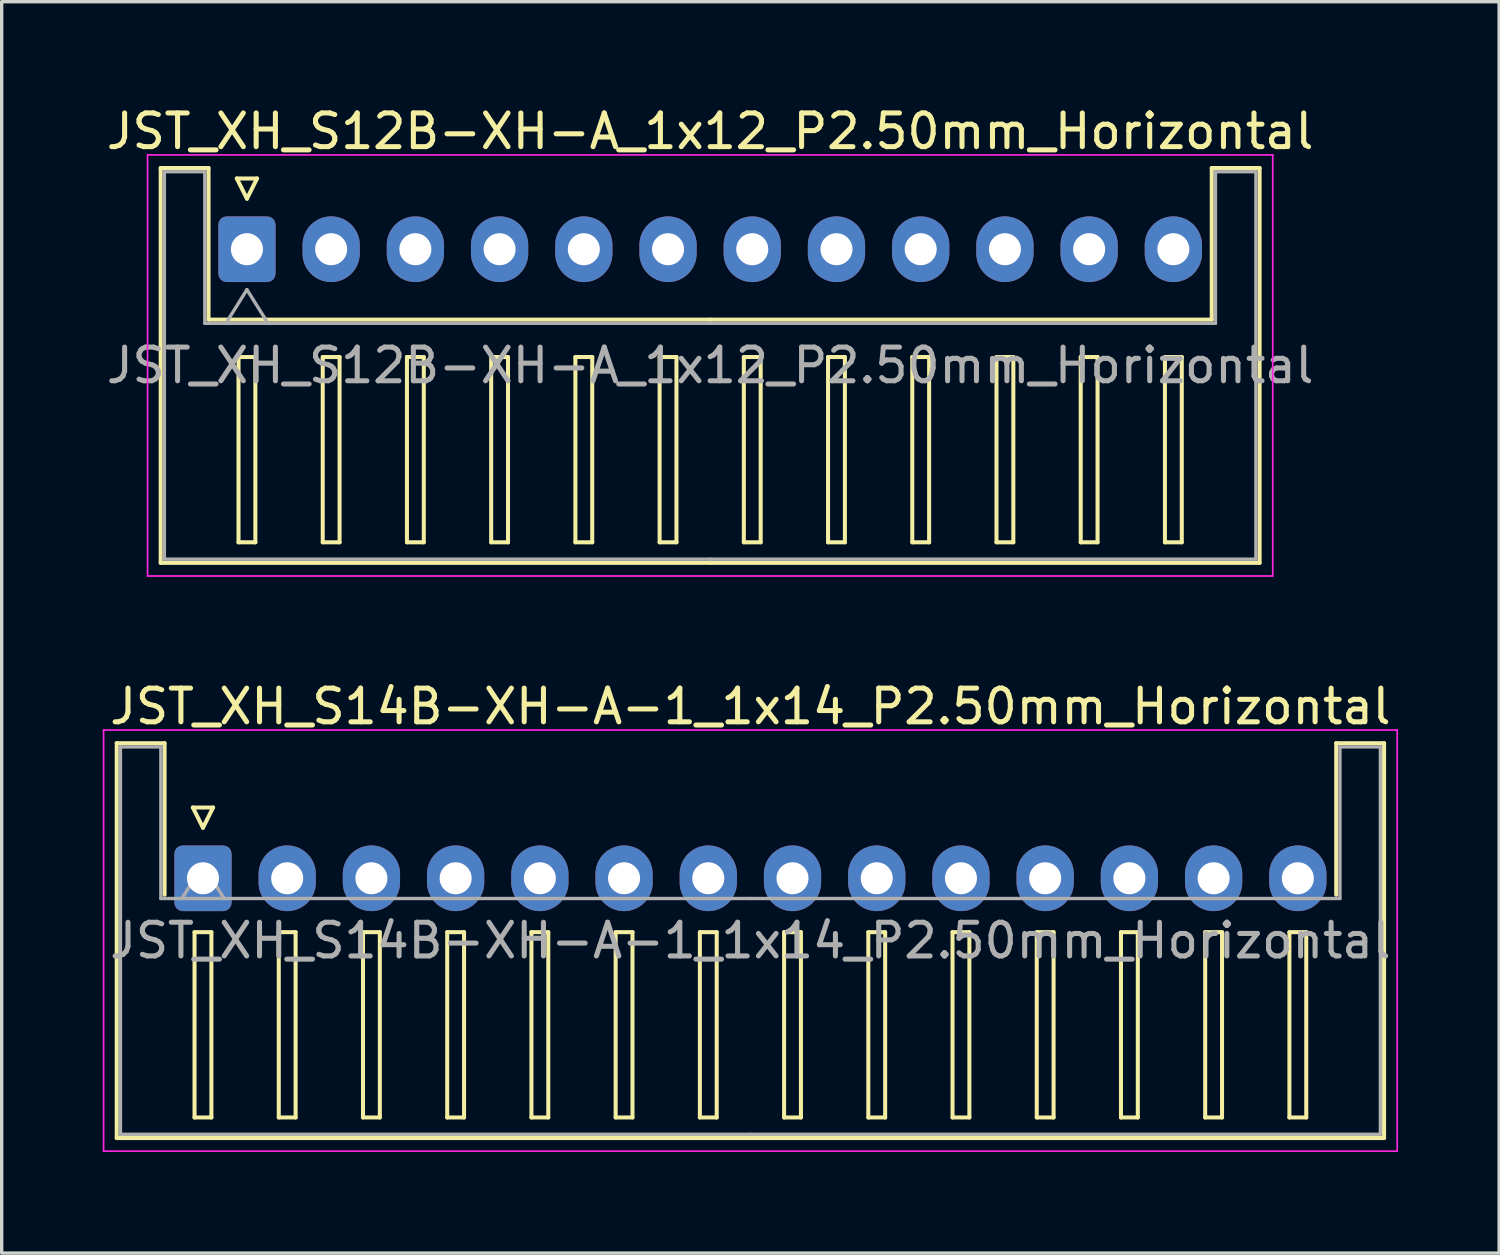
<source format=kicad_pcb>
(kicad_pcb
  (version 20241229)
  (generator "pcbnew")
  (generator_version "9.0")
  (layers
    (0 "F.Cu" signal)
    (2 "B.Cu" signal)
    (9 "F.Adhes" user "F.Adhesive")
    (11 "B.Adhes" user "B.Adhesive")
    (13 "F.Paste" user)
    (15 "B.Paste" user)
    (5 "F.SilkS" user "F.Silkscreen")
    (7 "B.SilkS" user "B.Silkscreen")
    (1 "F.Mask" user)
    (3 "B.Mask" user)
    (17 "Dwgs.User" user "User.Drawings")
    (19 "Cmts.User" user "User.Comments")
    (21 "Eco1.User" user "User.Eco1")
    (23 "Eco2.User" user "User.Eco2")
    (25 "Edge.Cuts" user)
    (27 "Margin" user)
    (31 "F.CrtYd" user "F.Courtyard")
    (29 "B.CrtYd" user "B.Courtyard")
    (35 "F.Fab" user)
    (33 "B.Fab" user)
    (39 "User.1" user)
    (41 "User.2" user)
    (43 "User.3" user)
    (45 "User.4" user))
  (footprint "JST_XH_S14B-XH-A-1_1x14_P2.50mm_Horizontal"
    (layer "F.Cu")
    (at 2.975 23.021)
    (property "Reference" "JST_XH_S14B-XH-A-1_1x14_P2.50mm_Horizontal" (at 16.25 -5.1 0) (layer "F.SilkS") (effects (font (size 1 1) (thickness 0.15))))
    (attr through_hole)
    (fp_line (start -2.56 -4.01) (end -1.14 -4.01) (stroke (width 0.12) (type solid)) (layer "F.SilkS"))
    (fp_line (start -2.56 7.71) (end -2.56 -4.01) (stroke (width 0.12) (type solid)) (layer "F.SilkS"))
    (fp_line (start -1.14 -4.01) (end -1.14 0.49) (stroke (width 0.12) (type solid)) (layer "F.SilkS"))
    (fp_line (start -0.3 -2.1) (end 0.3 -2.1) (stroke (width 0.12) (type solid)) (layer "F.SilkS"))
    (fp_line (start -0.25 1.6) (end -0.25 7.1) (stroke (width 0.12) (type solid)) (layer "F.SilkS"))
    (fp_line (start -0.25 7.1) (end 0.25 7.1) (stroke (width 0.12) (type solid)) (layer "F.SilkS"))
    (fp_line (start 0 -1.5) (end -0.3 -2.1) (stroke (width 0.12) (type solid)) (layer "F.SilkS"))
    (fp_line (start 0.25 1.6) (end -0.25 1.6) (stroke (width 0.12) (type solid)) (layer "F.SilkS"))
    (fp_line (start 0.25 7.1) (end 0.25 1.6) (stroke (width 0.12) (type solid)) (layer "F.SilkS"))
    (fp_line (start 0.3 -2.1) (end 0 -1.5) (stroke (width 0.12) (type solid)) (layer "F.SilkS"))
    (fp_line (start 2.25 1.6) (end 2.25 7.1) (stroke (width 0.12) (type solid)) (layer "F.SilkS"))
    (fp_line (start 2.25 7.1) (end 2.75 7.1) (stroke (width 0.12) (type solid)) (layer "F.SilkS"))
    (fp_line (start 2.75 1.6) (end 2.25 1.6) (stroke (width 0.12) (type solid)) (layer "F.SilkS"))
    (fp_line (start 2.75 7.1) (end 2.75 1.6) (stroke (width 0.12) (type solid)) (layer "F.SilkS"))
    (fp_line (start 4.75 1.6) (end 4.75 7.1) (stroke (width 0.12) (type solid)) (layer "F.SilkS"))
    (fp_line (start 4.75 7.1) (end 5.25 7.1) (stroke (width 0.12) (type solid)) (layer "F.SilkS"))
    (fp_line (start 5.25 1.6) (end 4.75 1.6) (stroke (width 0.12) (type solid)) (layer "F.SilkS"))
    (fp_line (start 5.25 7.1) (end 5.25 1.6) (stroke (width 0.12) (type solid)) (layer "F.SilkS"))
    (fp_line (start 7.25 1.6) (end 7.25 7.1) (stroke (width 0.12) (type solid)) (layer "F.SilkS"))
    (fp_line (start 7.25 7.1) (end 7.75 7.1) (stroke (width 0.12) (type solid)) (layer "F.SilkS"))
    (fp_line (start 7.75 1.6) (end 7.25 1.6) (stroke (width 0.12) (type solid)) (layer "F.SilkS"))
    (fp_line (start 7.75 7.1) (end 7.75 1.6) (stroke (width 0.12) (type solid)) (layer "F.SilkS"))
    (fp_line (start 9.75 1.6) (end 9.75 7.1) (stroke (width 0.12) (type solid)) (layer "F.SilkS"))
    (fp_line (start 9.75 7.1) (end 10.25 7.1) (stroke (width 0.12) (type solid)) (layer "F.SilkS"))
    (fp_line (start 10.25 1.6) (end 9.75 1.6) (stroke (width 0.12) (type solid)) (layer "F.SilkS"))
    (fp_line (start 10.25 7.1) (end 10.25 1.6) (stroke (width 0.12) (type solid)) (layer "F.SilkS"))
    (fp_line (start 12.25 1.6) (end 12.25 7.1) (stroke (width 0.12) (type solid)) (layer "F.SilkS"))
    (fp_line (start 12.25 7.1) (end 12.75 7.1) (stroke (width 0.12) (type solid)) (layer "F.SilkS"))
    (fp_line (start 12.75 1.6) (end 12.25 1.6) (stroke (width 0.12) (type solid)) (layer "F.SilkS"))
    (fp_line (start 12.75 7.1) (end 12.75 1.6) (stroke (width 0.12) (type solid)) (layer "F.SilkS"))
    (fp_line (start 14.75 1.6) (end 14.75 7.1) (stroke (width 0.12) (type solid)) (layer "F.SilkS"))
    (fp_line (start 14.75 7.1) (end 15.25 7.1) (stroke (width 0.12) (type solid)) (layer "F.SilkS"))
    (fp_line (start 15.25 1.6) (end 14.75 1.6) (stroke (width 0.12) (type solid)) (layer "F.SilkS"))
    (fp_line (start 15.25 7.1) (end 15.25 1.6) (stroke (width 0.12) (type solid)) (layer "F.SilkS"))
    (fp_line (start 16.25 7.71) (end -2.56 7.71) (stroke (width 0.12) (type solid)) (layer "F.SilkS"))
    (fp_line (start 16.25 7.71) (end 35.06 7.71) (stroke (width 0.12) (type solid)) (layer "F.SilkS"))
    (fp_line (start 17.25 1.6) (end 17.25 7.1) (stroke (width 0.12) (type solid)) (layer "F.SilkS"))
    (fp_line (start 17.25 7.1) (end 17.75 7.1) (stroke (width 0.12) (type solid)) (layer "F.SilkS"))
    (fp_line (start 17.75 1.6) (end 17.25 1.6) (stroke (width 0.12) (type solid)) (layer "F.SilkS"))
    (fp_line (start 17.75 7.1) (end 17.75 1.6) (stroke (width 0.12) (type solid)) (layer "F.SilkS"))
    (fp_line (start 19.75 1.6) (end 19.75 7.1) (stroke (width 0.12) (type solid)) (layer "F.SilkS"))
    (fp_line (start 19.75 7.1) (end 20.25 7.1) (stroke (width 0.12) (type solid)) (layer "F.SilkS"))
    (fp_line (start 20.25 1.6) (end 19.75 1.6) (stroke (width 0.12) (type solid)) (layer "F.SilkS"))
    (fp_line (start 20.25 7.1) (end 20.25 1.6) (stroke (width 0.12) (type solid)) (layer "F.SilkS"))
    (fp_line (start 22.25 1.6) (end 22.25 7.1) (stroke (width 0.12) (type solid)) (layer "F.SilkS"))
    (fp_line (start 22.25 7.1) (end 22.75 7.1) (stroke (width 0.12) (type solid)) (layer "F.SilkS"))
    (fp_line (start 22.75 1.6) (end 22.25 1.6) (stroke (width 0.12) (type solid)) (layer "F.SilkS"))
    (fp_line (start 22.75 7.1) (end 22.75 1.6) (stroke (width 0.12) (type solid)) (layer "F.SilkS"))
    (fp_line (start 24.75 1.6) (end 24.75 7.1) (stroke (width 0.12) (type solid)) (layer "F.SilkS"))
    (fp_line (start 24.75 7.1) (end 25.25 7.1) (stroke (width 0.12) (type solid)) (layer "F.SilkS"))
    (fp_line (start 25.25 1.6) (end 24.75 1.6) (stroke (width 0.12) (type solid)) (layer "F.SilkS"))
    (fp_line (start 25.25 7.1) (end 25.25 1.6) (stroke (width 0.12) (type solid)) (layer "F.SilkS"))
    (fp_line (start 27.25 1.6) (end 27.25 7.1) (stroke (width 0.12) (type solid)) (layer "F.SilkS"))
    (fp_line (start 27.25 7.1) (end 27.75 7.1) (stroke (width 0.12) (type solid)) (layer "F.SilkS"))
    (fp_line (start 27.75 1.6) (end 27.25 1.6) (stroke (width 0.12) (type solid)) (layer "F.SilkS"))
    (fp_line (start 27.75 7.1) (end 27.75 1.6) (stroke (width 0.12) (type solid)) (layer "F.SilkS"))
    (fp_line (start 29.75 1.6) (end 29.75 7.1) (stroke (width 0.12) (type solid)) (layer "F.SilkS"))
    (fp_line (start 29.75 7.1) (end 30.25 7.1) (stroke (width 0.12) (type solid)) (layer "F.SilkS"))
    (fp_line (start 30.25 1.6) (end 29.75 1.6) (stroke (width 0.12) (type solid)) (layer "F.SilkS"))
    (fp_line (start 30.25 7.1) (end 30.25 1.6) (stroke (width 0.12) (type solid)) (layer "F.SilkS"))
    (fp_line (start 32.25 1.6) (end 32.25 7.1) (stroke (width 0.12) (type solid)) (layer "F.SilkS"))
    (fp_line (start 32.25 7.1) (end 32.75 7.1) (stroke (width 0.12) (type solid)) (layer "F.SilkS"))
    (fp_line (start 32.75 1.6) (end 32.25 1.6) (stroke (width 0.12) (type solid)) (layer "F.SilkS"))
    (fp_line (start 32.75 7.1) (end 32.75 1.6) (stroke (width 0.12) (type solid)) (layer "F.SilkS"))
    (fp_line (start 33.64 -4.01) (end 33.64 0.49) (stroke (width 0.12) (type solid)) (layer "F.SilkS"))
    (fp_line (start 35.06 -4.01) (end 33.64 -4.01) (stroke (width 0.12) (type solid)) (layer "F.SilkS"))
    (fp_line (start 35.06 7.71) (end 35.06 -4.01) (stroke (width 0.12) (type solid)) (layer "F.SilkS"))
    (fp_line (start -2.95 -4.4) (end -2.95 8.1) (stroke (width 0.05) (type solid)) (layer "F.CrtYd"))
    (fp_line (start -2.95 8.1) (end 35.45 8.1) (stroke (width 0.05) (type solid)) (layer "F.CrtYd"))
    (fp_line (start 35.45 -4.4) (end -2.95 -4.4) (stroke (width 0.05) (type solid)) (layer "F.CrtYd"))
    (fp_line (start 35.45 8.1) (end 35.45 -4.4) (stroke (width 0.05) (type solid)) (layer "F.CrtYd"))
    (fp_line (start -2.45 -3.9) (end -1.25 -3.9) (stroke (width 0.1) (type solid)) (layer "F.Fab"))
    (fp_line (start -2.45 7.6) (end -2.45 -3.9) (stroke (width 0.1) (type solid)) (layer "F.Fab"))
    (fp_line (start -1.25 -3.9) (end -1.25 0.6) (stroke (width 0.1) (type solid)) (layer "F.Fab"))
    (fp_line (start -1.25 0.6) (end 16.25 0.6) (stroke (width 0.1) (type solid)) (layer "F.Fab"))
    (fp_line (start -0.625 0.6) (end 0 -0.4) (stroke (width 0.1) (type solid)) (layer "F.Fab"))
    (fp_line (start 0 -0.4) (end 0.625 0.6) (stroke (width 0.1) (type solid)) (layer "F.Fab"))
    (fp_line (start 16.25 7.6) (end -2.45 7.6) (stroke (width 0.1) (type solid)) (layer "F.Fab"))
    (fp_line (start 16.25 7.6) (end 34.95 7.6) (stroke (width 0.1) (type solid)) (layer "F.Fab"))
    (fp_line (start 33.75 -3.9) (end 33.75 0.6) (stroke (width 0.1) (type solid)) (layer "F.Fab"))
    (fp_line (start 33.75 0.6) (end 16.25 0.6) (stroke (width 0.1) (type solid)) (layer "F.Fab"))
    (fp_line (start 34.95 -3.9) (end 33.75 -3.9) (stroke (width 0.1) (type solid)) (layer "F.Fab"))
    (fp_line (start 34.95 7.6) (end 34.95 -3.9) (stroke (width 0.1) (type solid)) (layer "F.Fab"))
    (fp_text user "${REFERENCE}" (at 16.25 1.85 0) (layer "F.Fab") (effects (font (size 1 1) (thickness 0.15))))
    (pad "1" thru_hole roundrect (at 0 0) (size 1.7 1.95) (drill 0.95) (layers "*.Cu" "*.Mask") (roundrect_rratio 0.147))
    (pad "2" thru_hole oval (at 2.5 0) (size 1.7 1.95) (drill 0.95) (layers "*.Cu" "*.Mask"))
    (pad "3" thru_hole oval (at 5 0) (size 1.7 1.95) (drill 0.95) (layers "*.Cu" "*.Mask"))
    (pad "4" thru_hole oval (at 7.5 0) (size 1.7 1.95) (drill 0.95) (layers "*.Cu" "*.Mask"))
    (pad "5" thru_hole oval (at 10 0) (size 1.7 1.95) (drill 0.95) (layers "*.Cu" "*.Mask"))
    (pad "6" thru_hole oval (at 12.5 0) (size 1.7 1.95) (drill 0.95) (layers "*.Cu" "*.Mask"))
    (pad "7" thru_hole oval (at 15 0) (size 1.7 1.95) (drill 0.95) (layers "*.Cu" "*.Mask"))
    (pad "8" thru_hole oval (at 17.5 0) (size 1.7 1.95) (drill 0.95) (layers "*.Cu" "*.Mask"))
    (pad "9" thru_hole oval (at 20 0) (size 1.7 1.95) (drill 0.95) (layers "*.Cu" "*.Mask"))
    (pad "10" thru_hole oval (at 22.5 0) (size 1.7 1.95) (drill 0.95) (layers "*.Cu" "*.Mask"))
    (pad "11" thru_hole oval (at 25 0) (size 1.7 1.95) (drill 0.95) (layers "*.Cu" "*.Mask"))
    (pad "12" thru_hole oval (at 27.5 0) (size 1.7 1.95) (drill 0.95) (layers "*.Cu" "*.Mask"))
    (pad "13" thru_hole oval (at 30 0) (size 1.7 1.95) (drill 0.95) (layers "*.Cu" "*.Mask"))
    (pad "14" thru_hole oval (at 32.5 0) (size 1.7 1.95) (drill 0.95) (layers "*.Cu" "*.Mask")))
  (footprint "JST_XH_S12B-XH-A_1x12_P2.50mm_Horizontal"
    (layer "F.Cu")
    (at 4.28 4.348)
    (property "Reference" "JST_XH_S12B-XH-A_1x12_P2.50mm_Horizontal" (at 13.75 -3.5 0) (layer "F.SilkS") (effects (font (size 1 1) (thickness 0.15))))
    (attr through_hole)
    (fp_line (start -2.56 -2.41) (end -1.14 -2.41) (stroke (width 0.12) (type solid)) (layer "F.SilkS"))
    (fp_line (start -2.56 9.31) (end -2.56 -2.41) (stroke (width 0.12) (type solid)) (layer "F.SilkS"))
    (fp_line (start -1.14 -2.41) (end -1.14 2.09) (stroke (width 0.12) (type solid)) (layer "F.SilkS"))
    (fp_line (start -1.14 2.09) (end 13.75 2.09) (stroke (width 0.12) (type solid)) (layer "F.SilkS"))
    (fp_line (start -0.3 -2.1) (end 0.3 -2.1) (stroke (width 0.12) (type solid)) (layer "F.SilkS"))
    (fp_line (start -0.25 3.2) (end -0.25 8.7) (stroke (width 0.12) (type solid)) (layer "F.SilkS"))
    (fp_line (start -0.25 8.7) (end 0.25 8.7) (stroke (width 0.12) (type solid)) (layer "F.SilkS"))
    (fp_line (start 0 -1.5) (end -0.3 -2.1) (stroke (width 0.12) (type solid)) (layer "F.SilkS"))
    (fp_line (start 0.25 3.2) (end -0.25 3.2) (stroke (width 0.12) (type solid)) (layer "F.SilkS"))
    (fp_line (start 0.25 8.7) (end 0.25 3.2) (stroke (width 0.12) (type solid)) (layer "F.SilkS"))
    (fp_line (start 0.3 -2.1) (end 0 -1.5) (stroke (width 0.12) (type solid)) (layer "F.SilkS"))
    (fp_line (start 2.25 3.2) (end 2.25 8.7) (stroke (width 0.12) (type solid)) (layer "F.SilkS"))
    (fp_line (start 2.25 8.7) (end 2.75 8.7) (stroke (width 0.12) (type solid)) (layer "F.SilkS"))
    (fp_line (start 2.75 3.2) (end 2.25 3.2) (stroke (width 0.12) (type solid)) (layer "F.SilkS"))
    (fp_line (start 2.75 8.7) (end 2.75 3.2) (stroke (width 0.12) (type solid)) (layer "F.SilkS"))
    (fp_line (start 4.75 3.2) (end 4.75 8.7) (stroke (width 0.12) (type solid)) (layer "F.SilkS"))
    (fp_line (start 4.75 8.7) (end 5.25 8.7) (stroke (width 0.12) (type solid)) (layer "F.SilkS"))
    (fp_line (start 5.25 3.2) (end 4.75 3.2) (stroke (width 0.12) (type solid)) (layer "F.SilkS"))
    (fp_line (start 5.25 8.7) (end 5.25 3.2) (stroke (width 0.12) (type solid)) (layer "F.SilkS"))
    (fp_line (start 7.25 3.2) (end 7.25 8.7) (stroke (width 0.12) (type solid)) (layer "F.SilkS"))
    (fp_line (start 7.25 8.7) (end 7.75 8.7) (stroke (width 0.12) (type solid)) (layer "F.SilkS"))
    (fp_line (start 7.75 3.2) (end 7.25 3.2) (stroke (width 0.12) (type solid)) (layer "F.SilkS"))
    (fp_line (start 7.75 8.7) (end 7.75 3.2) (stroke (width 0.12) (type solid)) (layer "F.SilkS"))
    (fp_line (start 9.75 3.2) (end 9.75 8.7) (stroke (width 0.12) (type solid)) (layer "F.SilkS"))
    (fp_line (start 9.75 8.7) (end 10.25 8.7) (stroke (width 0.12) (type solid)) (layer "F.SilkS"))
    (fp_line (start 10.25 3.2) (end 9.75 3.2) (stroke (width 0.12) (type solid)) (layer "F.SilkS"))
    (fp_line (start 10.25 8.7) (end 10.25 3.2) (stroke (width 0.12) (type solid)) (layer "F.SilkS"))
    (fp_line (start 12.25 3.2) (end 12.25 8.7) (stroke (width 0.12) (type solid)) (layer "F.SilkS"))
    (fp_line (start 12.25 8.7) (end 12.75 8.7) (stroke (width 0.12) (type solid)) (layer "F.SilkS"))
    (fp_line (start 12.75 3.2) (end 12.25 3.2) (stroke (width 0.12) (type solid)) (layer "F.SilkS"))
    (fp_line (start 12.75 8.7) (end 12.75 3.2) (stroke (width 0.12) (type solid)) (layer "F.SilkS"))
    (fp_line (start 13.75 9.31) (end -2.56 9.31) (stroke (width 0.12) (type solid)) (layer "F.SilkS"))
    (fp_line (start 13.75 9.31) (end 30.06 9.31) (stroke (width 0.12) (type solid)) (layer "F.SilkS"))
    (fp_line (start 14.75 3.2) (end 14.75 8.7) (stroke (width 0.12) (type solid)) (layer "F.SilkS"))
    (fp_line (start 14.75 8.7) (end 15.25 8.7) (stroke (width 0.12) (type solid)) (layer "F.SilkS"))
    (fp_line (start 15.25 3.2) (end 14.75 3.2) (stroke (width 0.12) (type solid)) (layer "F.SilkS"))
    (fp_line (start 15.25 8.7) (end 15.25 3.2) (stroke (width 0.12) (type solid)) (layer "F.SilkS"))
    (fp_line (start 17.25 3.2) (end 17.25 8.7) (stroke (width 0.12) (type solid)) (layer "F.SilkS"))
    (fp_line (start 17.25 8.7) (end 17.75 8.7) (stroke (width 0.12) (type solid)) (layer "F.SilkS"))
    (fp_line (start 17.75 3.2) (end 17.25 3.2) (stroke (width 0.12) (type solid)) (layer "F.SilkS"))
    (fp_line (start 17.75 8.7) (end 17.75 3.2) (stroke (width 0.12) (type solid)) (layer "F.SilkS"))
    (fp_line (start 19.75 3.2) (end 19.75 8.7) (stroke (width 0.12) (type solid)) (layer "F.SilkS"))
    (fp_line (start 19.75 8.7) (end 20.25 8.7) (stroke (width 0.12) (type solid)) (layer "F.SilkS"))
    (fp_line (start 20.25 3.2) (end 19.75 3.2) (stroke (width 0.12) (type solid)) (layer "F.SilkS"))
    (fp_line (start 20.25 8.7) (end 20.25 3.2) (stroke (width 0.12) (type solid)) (layer "F.SilkS"))
    (fp_line (start 22.25 3.2) (end 22.25 8.7) (stroke (width 0.12) (type solid)) (layer "F.SilkS"))
    (fp_line (start 22.25 8.7) (end 22.75 8.7) (stroke (width 0.12) (type solid)) (layer "F.SilkS"))
    (fp_line (start 22.75 3.2) (end 22.25 3.2) (stroke (width 0.12) (type solid)) (layer "F.SilkS"))
    (fp_line (start 22.75 8.7) (end 22.75 3.2) (stroke (width 0.12) (type solid)) (layer "F.SilkS"))
    (fp_line (start 24.75 3.2) (end 24.75 8.7) (stroke (width 0.12) (type solid)) (layer "F.SilkS"))
    (fp_line (start 24.75 8.7) (end 25.25 8.7) (stroke (width 0.12) (type solid)) (layer "F.SilkS"))
    (fp_line (start 25.25 3.2) (end 24.75 3.2) (stroke (width 0.12) (type solid)) (layer "F.SilkS"))
    (fp_line (start 25.25 8.7) (end 25.25 3.2) (stroke (width 0.12) (type solid)) (layer "F.SilkS"))
    (fp_line (start 27.25 3.2) (end 27.25 8.7) (stroke (width 0.12) (type solid)) (layer "F.SilkS"))
    (fp_line (start 27.25 8.7) (end 27.75 8.7) (stroke (width 0.12) (type solid)) (layer "F.SilkS"))
    (fp_line (start 27.75 3.2) (end 27.25 3.2) (stroke (width 0.12) (type solid)) (layer "F.SilkS"))
    (fp_line (start 27.75 8.7) (end 27.75 3.2) (stroke (width 0.12) (type solid)) (layer "F.SilkS"))
    (fp_line (start 28.64 -2.41) (end 28.64 2.09) (stroke (width 0.12) (type solid)) (layer "F.SilkS"))
    (fp_line (start 28.64 2.09) (end 13.75 2.09) (stroke (width 0.12) (type solid)) (layer "F.SilkS"))
    (fp_line (start 30.06 -2.41) (end 28.64 -2.41) (stroke (width 0.12) (type solid)) (layer "F.SilkS"))
    (fp_line (start 30.06 9.31) (end 30.06 -2.41) (stroke (width 0.12) (type solid)) (layer "F.SilkS"))
    (fp_line (start -2.95 -2.8) (end -2.95 9.7) (stroke (width 0.05) (type solid)) (layer "F.CrtYd"))
    (fp_line (start -2.95 9.7) (end 30.45 9.7) (stroke (width 0.05) (type solid)) (layer "F.CrtYd"))
    (fp_line (start 30.45 -2.8) (end -2.95 -2.8) (stroke (width 0.05) (type solid)) (layer "F.CrtYd"))
    (fp_line (start 30.45 9.7) (end 30.45 -2.8) (stroke (width 0.05) (type solid)) (layer "F.CrtYd"))
    (fp_line (start -2.45 -2.3) (end -1.25 -2.3) (stroke (width 0.1) (type solid)) (layer "F.Fab"))
    (fp_line (start -2.45 9.2) (end -2.45 -2.3) (stroke (width 0.1) (type solid)) (layer "F.Fab"))
    (fp_line (start -1.25 -2.3) (end -1.25 2.2) (stroke (width 0.1) (type solid)) (layer "F.Fab"))
    (fp_line (start -1.25 2.2) (end 13.75 2.2) (stroke (width 0.1) (type solid)) (layer "F.Fab"))
    (fp_line (start -0.625 2.2) (end 0 1.2) (stroke (width 0.1) (type solid)) (layer "F.Fab"))
    (fp_line (start 0 1.2) (end 0.625 2.2) (stroke (width 0.1) (type solid)) (layer "F.Fab"))
    (fp_line (start 13.75 9.2) (end -2.45 9.2) (stroke (width 0.1) (type solid)) (layer "F.Fab"))
    (fp_line (start 13.75 9.2) (end 29.95 9.2) (stroke (width 0.1) (type solid)) (layer "F.Fab"))
    (fp_line (start 28.75 -2.3) (end 28.75 2.2) (stroke (width 0.1) (type solid)) (layer "F.Fab"))
    (fp_line (start 28.75 2.2) (end 13.75 2.2) (stroke (width 0.1) (type solid)) (layer "F.Fab"))
    (fp_line (start 29.95 -2.3) (end 28.75 -2.3) (stroke (width 0.1) (type solid)) (layer "F.Fab"))
    (fp_line (start 29.95 9.2) (end 29.95 -2.3) (stroke (width 0.1) (type solid)) (layer "F.Fab"))
    (fp_text user "${REFERENCE}" (at 13.75 3.45 0) (layer "F.Fab") (effects (font (size 1 1) (thickness 0.15))))
    (pad "1" thru_hole roundrect (at 0 0) (size 1.7 1.95) (drill 0.95) (layers "*.Cu" "*.Mask") (roundrect_rratio 0.147))
    (pad "2" thru_hole oval (at 2.5 0) (size 1.7 1.95) (drill 0.95) (layers "*.Cu" "*.Mask"))
    (pad "3" thru_hole oval (at 5 0) (size 1.7 1.95) (drill 0.95) (layers "*.Cu" "*.Mask"))
    (pad "4" thru_hole oval (at 7.5 0) (size 1.7 1.95) (drill 0.95) (layers "*.Cu" "*.Mask"))
    (pad "5" thru_hole oval (at 10 0) (size 1.7 1.95) (drill 0.95) (layers "*.Cu" "*.Mask"))
    (pad "6" thru_hole oval (at 12.5 0) (size 1.7 1.95) (drill 0.95) (layers "*.Cu" "*.Mask"))
    (pad "7" thru_hole oval (at 15 0) (size 1.7 1.95) (drill 0.95) (layers "*.Cu" "*.Mask"))
    (pad "8" thru_hole oval (at 17.5 0) (size 1.7 1.95) (drill 0.95) (layers "*.Cu" "*.Mask"))
    (pad "9" thru_hole oval (at 20 0) (size 1.7 1.95) (drill 0.95) (layers "*.Cu" "*.Mask"))
    (pad "10" thru_hole oval (at 22.5 0) (size 1.7 1.95) (drill 0.95) (layers "*.Cu" "*.Mask"))
    (pad "11" thru_hole oval (at 25 0) (size 1.7 1.95) (drill 0.95) (layers "*.Cu" "*.Mask"))
    (pad "12" thru_hole oval (at 27.5 0) (size 1.7 1.95) (drill 0.95) (layers "*.Cu" "*.Mask")))
  (gr_rect
    (start -3 -3)
    (end 41.45 34.147)
    (stroke (width 0.1) (type default))
    (fill no)
    (layer "Edge.Cuts")))
</source>
